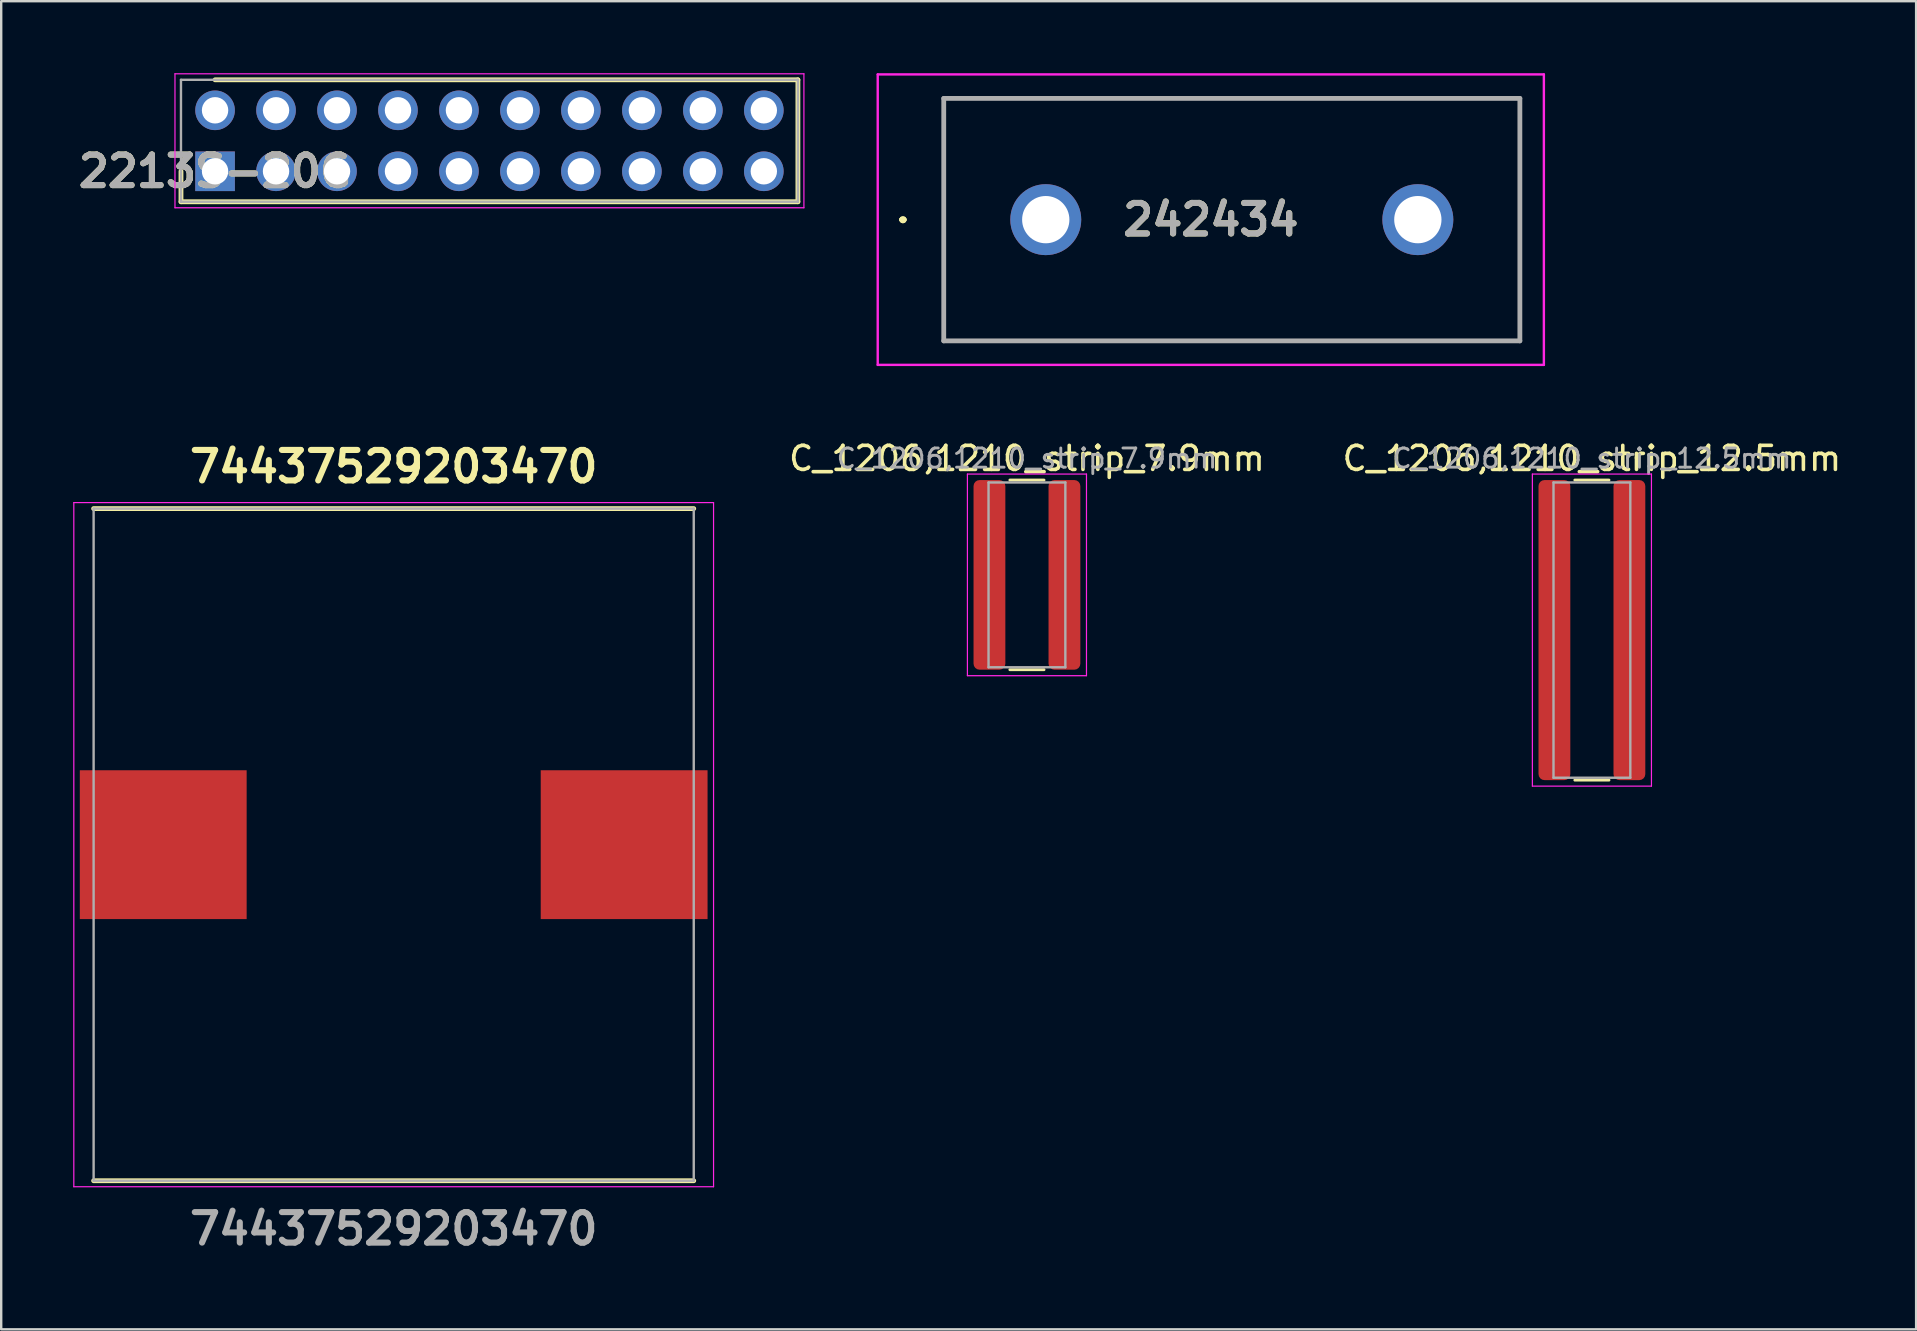
<source format=kicad_pcb>
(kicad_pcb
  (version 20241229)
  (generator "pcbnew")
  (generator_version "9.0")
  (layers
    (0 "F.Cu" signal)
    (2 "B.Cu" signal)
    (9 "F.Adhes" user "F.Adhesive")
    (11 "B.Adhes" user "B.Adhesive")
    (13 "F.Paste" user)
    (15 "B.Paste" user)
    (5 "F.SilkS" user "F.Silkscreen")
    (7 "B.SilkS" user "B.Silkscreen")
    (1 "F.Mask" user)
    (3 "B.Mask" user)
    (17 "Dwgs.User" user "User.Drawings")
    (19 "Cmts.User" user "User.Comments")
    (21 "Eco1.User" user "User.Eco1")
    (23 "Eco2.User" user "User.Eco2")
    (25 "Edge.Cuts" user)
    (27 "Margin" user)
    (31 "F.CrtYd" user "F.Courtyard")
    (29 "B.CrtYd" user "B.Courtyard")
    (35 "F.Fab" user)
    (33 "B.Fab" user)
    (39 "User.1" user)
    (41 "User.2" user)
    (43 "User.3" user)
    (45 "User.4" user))
  (footprint "2213S-20G"
    (layer "F.Cu")
    (at 5.909 4.085)
    (property "Reference" "2213S-20G" (at 0 0 0) (layer "F.SilkS") (effects (font (size 1.27 1.27) (thickness 0.254))))
    (attr through_hole)
    (fp_line (start -1.42 0) (end -1.42 1.27) (stroke (width 0.2) (type solid)) (layer "F.SilkS"))
    (fp_line (start -1.42 1.27) (end 24.28 1.27) (stroke (width 0.2) (type solid)) (layer "F.SilkS"))
    (fp_line (start 24.28 -3.81) (end 0 -3.81) (stroke (width 0.2) (type solid)) (layer "F.SilkS"))
    (fp_line (start 24.28 1.27) (end 24.28 -3.81) (stroke (width 0.2) (type solid)) (layer "F.SilkS"))
    (fp_line (start -1.67 -4.06) (end 24.53 -4.06) (stroke (width 0.05) (type solid)) (layer "F.CrtYd"))
    (fp_line (start -1.67 1.52) (end -1.67 -4.06) (stroke (width 0.05) (type solid)) (layer "F.CrtYd"))
    (fp_line (start 24.53 -4.06) (end 24.53 1.52) (stroke (width 0.05) (type solid)) (layer "F.CrtYd"))
    (fp_line (start 24.53 1.52) (end -1.67 1.52) (stroke (width 0.05) (type solid)) (layer "F.CrtYd"))
    (fp_line (start -1.42 -3.81) (end 24.28 -3.81) (stroke (width 0.1) (type solid)) (layer "F.Fab"))
    (fp_line (start -1.42 1.27) (end -1.42 -3.81) (stroke (width 0.1) (type solid)) (layer "F.Fab"))
    (fp_line (start 24.28 -3.81) (end 24.28 1.27) (stroke (width 0.1) (type solid)) (layer "F.Fab"))
    (fp_line (start 24.28 1.27) (end -1.42 1.27) (stroke (width 0.1) (type solid)) (layer "F.Fab"))
    (fp_text user "${REFERENCE}" (at 0 0 0) (layer "F.Fab") (effects (font (size 1.27 1.27) (thickness 0.254))))
    (pad "1" thru_hole rect (at 0 0) (size 1.65 1.65) (drill 1.1) (layers "*.Cu" "*.Mask"))
    (pad "2" thru_hole circle (at 0 -2.54) (size 1.65 1.65) (drill 1.1) (layers "*.Cu" "*.Mask"))
    (pad "3" thru_hole circle (at 2.54 0) (size 1.65 1.65) (drill 1.1) (layers "*.Cu" "*.Mask"))
    (pad "4" thru_hole circle (at 2.54 -2.54) (size 1.65 1.65) (drill 1.1) (layers "*.Cu" "*.Mask"))
    (pad "5" thru_hole circle (at 5.08 0) (size 1.65 1.65) (drill 1.1) (layers "*.Cu" "*.Mask"))
    (pad "6" thru_hole circle (at 5.08 -2.54) (size 1.65 1.65) (drill 1.1) (layers "*.Cu" "*.Mask"))
    (pad "7" thru_hole circle (at 7.62 0) (size 1.65 1.65) (drill 1.1) (layers "*.Cu" "*.Mask"))
    (pad "8" thru_hole circle (at 7.62 -2.54) (size 1.65 1.65) (drill 1.1) (layers "*.Cu" "*.Mask"))
    (pad "9" thru_hole circle (at 10.16 0) (size 1.65 1.65) (drill 1.1) (layers "*.Cu" "*.Mask"))
    (pad "10" thru_hole circle (at 10.16 -2.54) (size 1.65 1.65) (drill 1.1) (layers "*.Cu" "*.Mask"))
    (pad "11" thru_hole circle (at 12.7 0) (size 1.65 1.65) (drill 1.1) (layers "*.Cu" "*.Mask"))
    (pad "12" thru_hole circle (at 12.7 -2.54) (size 1.65 1.65) (drill 1.1) (layers "*.Cu" "*.Mask"))
    (pad "13" thru_hole circle (at 15.24 0) (size 1.65 1.65) (drill 1.1) (layers "*.Cu" "*.Mask"))
    (pad "14" thru_hole circle (at 15.24 -2.54) (size 1.65 1.65) (drill 1.1) (layers "*.Cu" "*.Mask"))
    (pad "15" thru_hole circle (at 17.78 0) (size 1.65 1.65) (drill 1.1) (layers "*.Cu" "*.Mask"))
    (pad "16" thru_hole circle (at 17.78 -2.54) (size 1.65 1.65) (drill 1.1) (layers "*.Cu" "*.Mask"))
    (pad "17" thru_hole circle (at 20.32 0) (size 1.65 1.65) (drill 1.1) (layers "*.Cu" "*.Mask"))
    (pad "18" thru_hole circle (at 20.32 -2.54) (size 1.65 1.65) (drill 1.1) (layers "*.Cu" "*.Mask"))
    (pad "19" thru_hole circle (at 22.86 0) (size 1.65 1.65) (drill 1.1) (layers "*.Cu" "*.Mask"))
    (pad "20" thru_hole circle (at 22.86 -2.54) (size 1.65 1.65) (drill 1.1) (layers "*.Cu" "*.Mask")))
  (footprint "C_1206,1210_strip_7.9mm"
    (layer "F.Cu")
    (at 39.73 20.898)
    (property "Reference" "C_1206,1210_strip_7.9mm" (at 0 -4.85 0) (layer "F.SilkS") (effects (font (size 1 1) (thickness 0.15))))
    (attr smd)
    (fp_line (start -0.711 -3.95) (end 0.711 -3.95) (stroke (width 0.12) (type solid)) (layer "F.SilkS"))
    (fp_line (start -0.711 3.95) (end 0.711 3.95) (stroke (width 0.12) (type solid)) (layer "F.SilkS"))
    (fp_line (start -2.48 -4.2) (end 2.48 -4.2) (stroke (width 0.05) (type solid)) (layer "F.CrtYd"))
    (fp_line (start -2.48 4.2) (end -2.48 -4.2) (stroke (width 0.05) (type solid)) (layer "F.CrtYd"))
    (fp_line (start 2.48 -4.2) (end 2.48 4.2) (stroke (width 0.05) (type solid)) (layer "F.CrtYd"))
    (fp_line (start 2.48 4.2) (end -2.48 4.2) (stroke (width 0.05) (type solid)) (layer "F.CrtYd"))
    (fp_line (start -1.6 -3.85) (end 1.6 -3.85) (stroke (width 0.1) (type solid)) (layer "F.Fab"))
    (fp_line (start -1.6 3.85) (end -1.6 -3.85) (stroke (width 0.1) (type solid)) (layer "F.Fab"))
    (fp_line (start 1.6 -3.85) (end 1.6 3.85) (stroke (width 0.1) (type solid)) (layer "F.Fab"))
    (fp_line (start 1.6 3.85) (end -1.6 3.85) (stroke (width 0.1) (type solid)) (layer "F.Fab"))
    (fp_text user "${REFERENCE}" (at 0 -4.85 0) (layer "F.Fab") (effects (font (size 0.8 0.8) (thickness 0.12))))
    (pad "1" smd roundrect (at -1.562 0) (size 1.325 7.9) (layers "F.Cu" "F.Mask" "F.Paste") (roundrect_rratio 0.189))
    (pad "2" smd roundrect (at 1.562 0) (size 1.325 7.9) (layers "F.Cu" "F.Mask" "F.Paste") (roundrect_rratio 0.189)))
  (footprint "242434"
    (layer "F.Cu")
    (at 40.514 6.1)
    (property "Reference" "242434" (at 6.875 0 0) (layer "F.SilkS") (effects (font (size 1.27 1.27) (thickness 0.254))))
    (attr through_hole)
    (fp_line (start -6 0) (end -6 0) (stroke (width 0.2) (type solid)) (layer "F.SilkS"))
    (fp_line (start -6 0) (end -6 0) (stroke (width 0.2) (type solid)) (layer "F.SilkS"))
    (fp_line (start -5.9 0) (end -5.9 0) (stroke (width 0.2) (type solid)) (layer "F.SilkS"))
    (fp_line (start -4.25 -5.05) (end -4.25 5.05) (stroke (width 0.1) (type solid)) (layer "F.SilkS"))
    (fp_line (start -4.25 5.05) (end 19.75 5.05) (stroke (width 0.1) (type solid)) (layer "F.SilkS"))
    (fp_line (start 19.75 -5.05) (end -4.25 -5.05) (stroke (width 0.1) (type solid)) (layer "F.SilkS"))
    (fp_line (start 19.75 5.05) (end 19.75 -5.05) (stroke (width 0.1) (type solid)) (layer "F.SilkS"))
    (fp_arc (start -6 0) (mid -5.95 -0.05) (end -5.9 0) (stroke (width 0.2) (type solid)) (layer "F.SilkS"))
    (fp_arc (start -5.9 0) (mid -5.95 0.05) (end -6 0) (stroke (width 0.2) (type solid)) (layer "F.SilkS"))
    (fp_arc (start -5.9 0) (mid -5.95 0.05) (end -6 0) (stroke (width 0.2) (type solid)) (layer "F.SilkS"))
    (fp_line (start -7 -6.05) (end 20.75 -6.05) (stroke (width 0.1) (type solid)) (layer "F.CrtYd"))
    (fp_line (start -7 6.05) (end -7 -6.05) (stroke (width 0.1) (type solid)) (layer "F.CrtYd"))
    (fp_line (start 20.75 -6.05) (end 20.75 6.05) (stroke (width 0.1) (type solid)) (layer "F.CrtYd"))
    (fp_line (start 20.75 6.05) (end -7 6.05) (stroke (width 0.1) (type solid)) (layer "F.CrtYd"))
    (fp_line (start -4.25 -5.05) (end 19.75 -5.05) (stroke (width 0.2) (type solid)) (layer "F.Fab"))
    (fp_line (start -4.25 5.05) (end -4.25 -5.05) (stroke (width 0.2) (type solid)) (layer "F.Fab"))
    (fp_line (start 19.75 -5.05) (end 19.75 5.05) (stroke (width 0.2) (type solid)) (layer "F.Fab"))
    (fp_line (start 19.75 5.05) (end -4.25 5.05) (stroke (width 0.2) (type solid)) (layer "F.Fab"))
    (fp_text user "${REFERENCE}" (at 6.875 0 0) (layer "F.Fab") (effects (font (size 1.27 1.27) (thickness 0.254))))
    (pad "1" thru_hole circle (at 0 0) (size 2.955 2.955) (drill 1.97) (layers "*.Cu" "*.Mask"))
    (pad "2" thru_hole circle (at 15.5 0) (size 2.955 2.955) (drill 1.97) (layers "*.Cu" "*.Mask")))
  (footprint "C_1206,1210_strip_12.5mm"
    (layer "F.Cu")
    (at 63.265 23.198)
    (property "Reference" "C_1206,1210_strip_12.5mm" (at 0 -7.15 0) (layer "F.SilkS") (effects (font (size 1 1) (thickness 0.15))))
    (attr smd)
    (fp_line (start -0.711 -6.25) (end 0.711 -6.25) (stroke (width 0.12) (type solid)) (layer "F.SilkS"))
    (fp_line (start -0.711 6.25) (end 0.711 6.25) (stroke (width 0.12) (type solid)) (layer "F.SilkS"))
    (fp_line (start -2.48 -6.5) (end 2.48 -6.5) (stroke (width 0.05) (type solid)) (layer "F.CrtYd"))
    (fp_line (start -2.48 6.5) (end -2.48 -6.5) (stroke (width 0.05) (type solid)) (layer "F.CrtYd"))
    (fp_line (start 2.48 -6.5) (end 2.48 6.5) (stroke (width 0.05) (type solid)) (layer "F.CrtYd"))
    (fp_line (start 2.48 6.5) (end -2.48 6.5) (stroke (width 0.05) (type solid)) (layer "F.CrtYd"))
    (fp_line (start -1.6 -6.15) (end 1.6 -6.15) (stroke (width 0.1) (type solid)) (layer "F.Fab"))
    (fp_line (start -1.6 6.15) (end -1.6 -6.15) (stroke (width 0.1) (type solid)) (layer "F.Fab"))
    (fp_line (start 1.6 -6.15) (end 1.6 6.15) (stroke (width 0.1) (type solid)) (layer "F.Fab"))
    (fp_line (start 1.6 6.15) (end -1.6 6.15) (stroke (width 0.1) (type solid)) (layer "F.Fab"))
    (fp_text user "${REFERENCE}" (at 0 -7.15 0) (layer "F.Fab") (effects (font (size 0.8 0.8) (thickness 0.12))))
    (pad "1" smd roundrect (at -1.562 0) (size 1.325 12.5) (layers "F.Cu" "F.Mask" "F.Paste") (roundrect_rratio 0.189))
    (pad "2" smd roundrect (at 1.562 0) (size 1.325 12.5) (layers "F.Cu" "F.Mask" "F.Paste") (roundrect_rratio 0.189)))
  (footprint "74437529203470"
    (layer "F.Cu")
    (at 13.35 32.137)
    (property "Reference" "74437529203470" (at 0 -15.748 0) (layer "F.SilkS") (effects (font (size 1.27 1.27) (thickness 0.254))))
    (attr smd)
    (fp_line (start -12.5 14) (end 12.5 14) (stroke (width 0.2) (type solid)) (layer "F.SilkS"))
    (fp_line (start 12.5 -14) (end -12.5 -14) (stroke (width 0.2) (type solid)) (layer "F.SilkS"))
    (fp_line (start -13.325 -14.25) (end 13.325 -14.25) (stroke (width 0.05) (type solid)) (layer "F.CrtYd"))
    (fp_line (start -13.325 14.25) (end -13.325 -14.25) (stroke (width 0.05) (type solid)) (layer "F.CrtYd"))
    (fp_line (start 13.325 -14.25) (end 13.325 14.25) (stroke (width 0.05) (type solid)) (layer "F.CrtYd"))
    (fp_line (start 13.325 14.25) (end -13.325 14.25) (stroke (width 0.05) (type solid)) (layer "F.CrtYd"))
    (fp_line (start -12.5 -14) (end 12.5 -14) (stroke (width 0.1) (type solid)) (layer "F.Fab"))
    (fp_line (start -12.5 14) (end -12.5 -14) (stroke (width 0.1) (type solid)) (layer "F.Fab"))
    (fp_line (start 12.5 -14) (end 12.5 14) (stroke (width 0.1) (type solid)) (layer "F.Fab"))
    (fp_line (start 12.5 14) (end -12.5 14) (stroke (width 0.1) (type solid)) (layer "F.Fab"))
    (fp_text user "${REFERENCE}" (at 0 16.002 0) (layer "F.Fab") (effects (font (size 1.27 1.27) (thickness 0.254))))
    (pad "1" smd rect (at -9.6 0 90) (size 6.2 6.95) (layers "F.Cu" "F.Mask" "F.Paste"))
    (pad "2" smd rect (at 9.6 0 90) (size 6.2 6.95) (layers "F.Cu" "F.Mask" "F.Paste")))
  (gr_rect
    (start -3 -3)
    (end 76.771 52.327)
    (stroke (width 0.1) (type default))
    (fill no)
    (layer "Edge.Cuts")))
</source>
